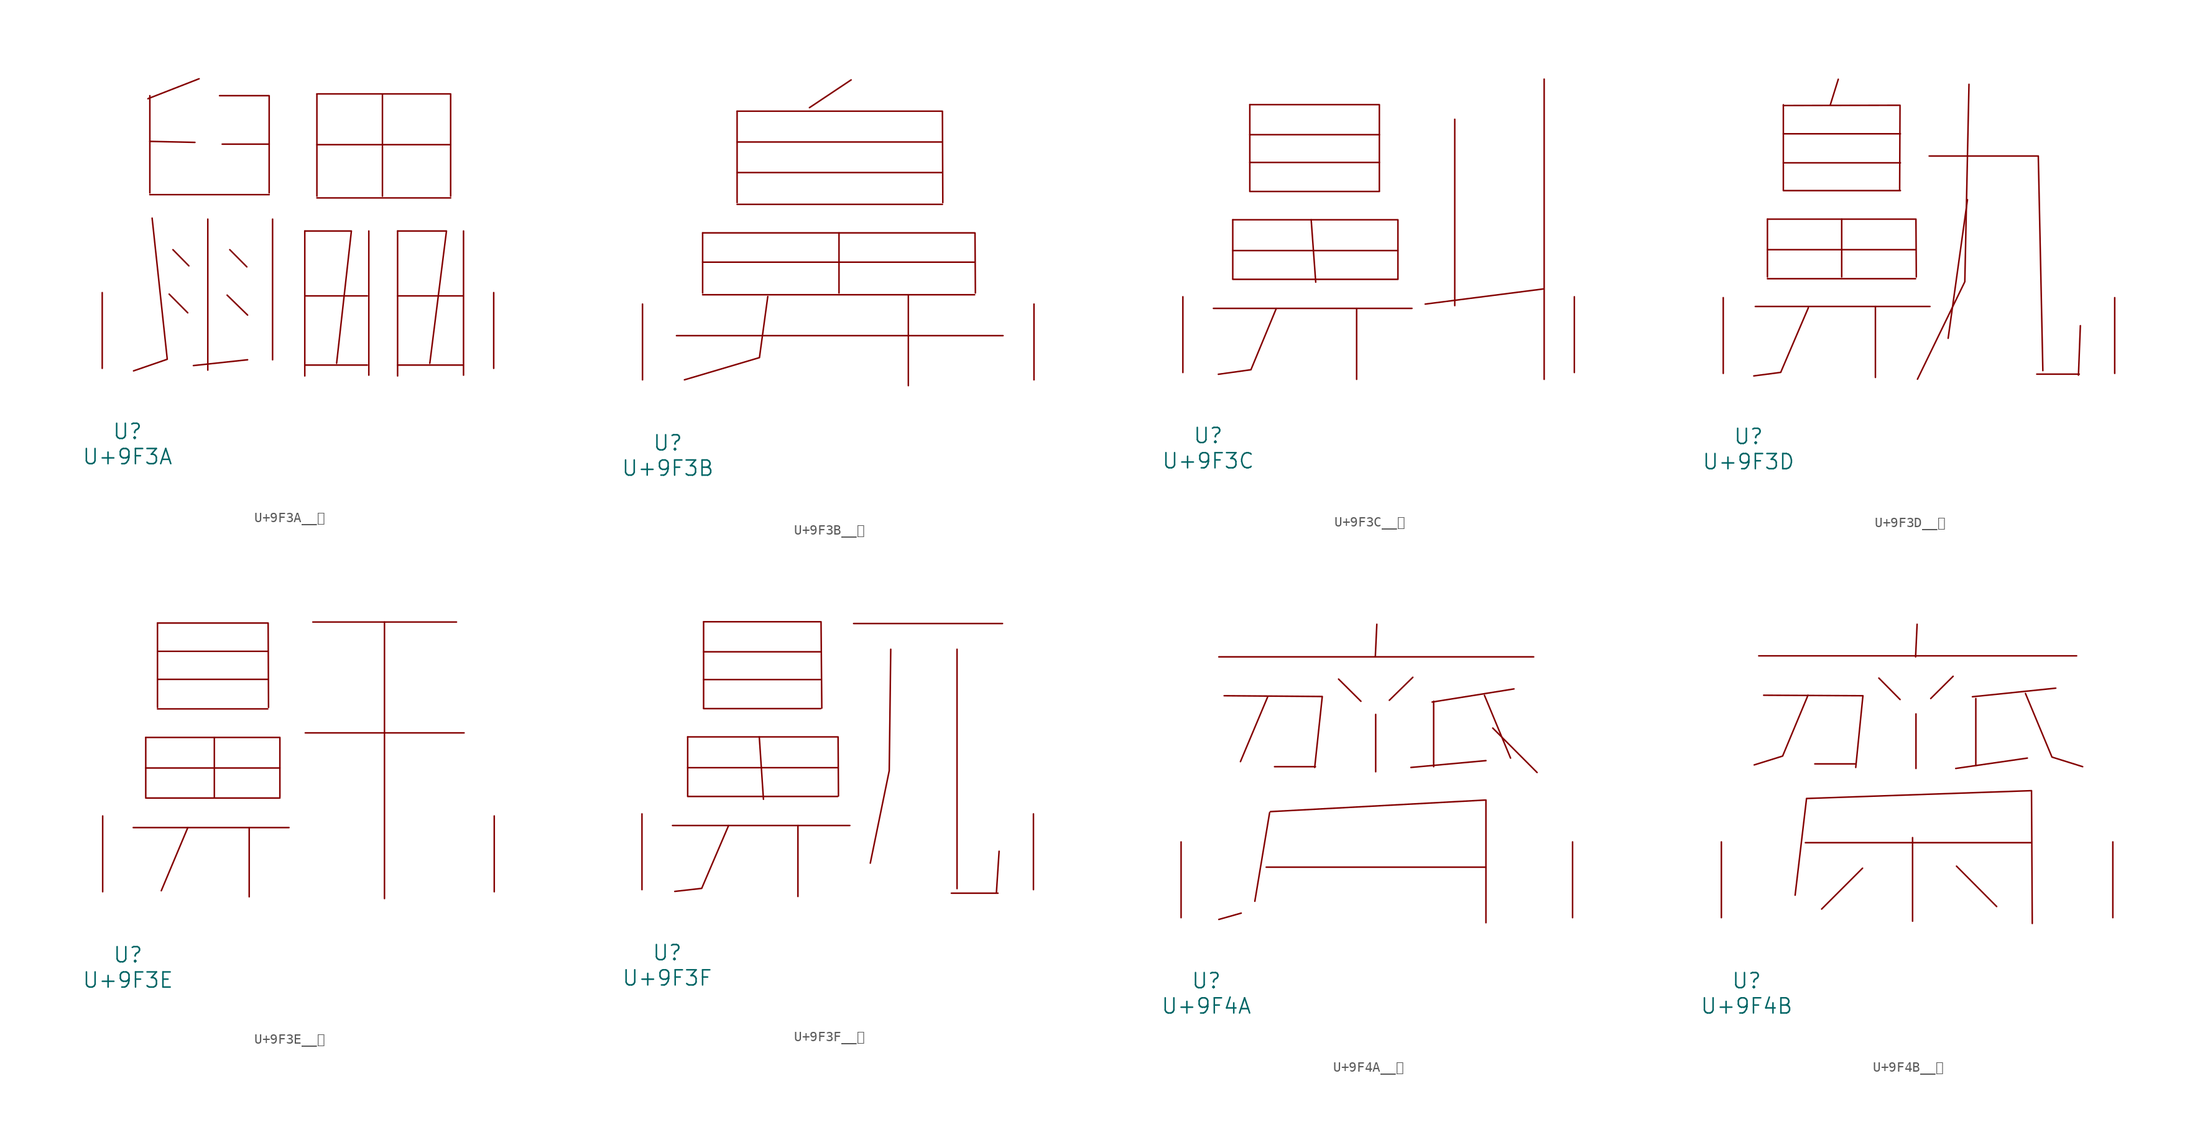
<source format=kicad_sym>
(kicad_symbol_lib
  (version 20231120)
  (generator "kicad_symbol_editor")
  (generator_version "8.0")
  (symbol "U+9F3A__鼺"
    (pin_names
      (offset 1.016))
    (property "Reference" "U"
      (at 0 -6.35 0)
      (effects (font (size 1.524 1.524))))
    (property "Value" "U+9F3A"
      (at 0 -8.89 0)
      (effects (font (size 1.524 1.524))))
    (symbol "U+9F3A__鼺_0_1"
      (polyline (pts (xy 2.248 17.475) (xy 14.249 17.475)) (stroke (width 0) (type solid)) (fill (type none)))
      (polyline (pts (xy 2.248 22.835) (xy 6.782 22.733)) (stroke (width 0) (type solid)) (fill (type none)))
      (polyline (pts (xy 2.248 27.432) (xy 2.248 17.653)) (stroke (width 0) (type solid)) (fill (type none)))
      (polyline (pts (xy 4.191 7.468) (xy 6.058 5.588)) (stroke (width 0) (type solid)) (fill (type none)))
      (polyline (pts (xy 4.572 11.938) (xy 6.172 10.312)) (stroke (width 0) (type solid)) (fill (type none)))
      (polyline (pts (xy 7.201 29.134) (xy 2.057 27.127)) (stroke (width 0) (type solid)) (fill (type none)))
      (polyline (pts (xy 8.077 15.011) (xy 8.077 -0.178)) (stroke (width 0) (type solid)) (fill (type none)))
      (polyline (pts (xy 9.525 22.555) (xy 14.249 22.555)) (stroke (width 0) (type solid)) (fill (type none)))
      (polyline (pts (xy 10.02 7.366) (xy 12.078 5.359)) (stroke (width 0) (type solid)) (fill (type none)))
      (polyline (pts (xy 10.287 11.938) (xy 12.002 10.211)) (stroke (width 0) (type solid)) (fill (type none)))
      (polyline (pts (xy 12.078 0.864) (xy 6.629 0.279)) (stroke (width 0) (type solid)) (fill (type none)))
      (polyline (pts (xy 14.592 15.011) (xy 14.592 0.864)) (stroke (width 0) (type solid)) (fill (type none)))
      (polyline (pts (xy 17.831 0.33) (xy 24.117 0.33)) (stroke (width 0) (type solid)) (fill (type none)))
      (polyline (pts (xy 17.831 7.29) (xy 24.117 7.29)) (stroke (width 0) (type solid)) (fill (type none)))
      (polyline (pts (xy 17.831 13.818) (xy 17.831 -0.762)) (stroke (width 0) (type solid)) (fill (type none)))
      (polyline (pts (xy 19.05 17.145) (xy 32.499 17.145)) (stroke (width 0) (type solid)) (fill (type none)))
      (polyline (pts (xy 19.05 22.504) (xy 32.499 22.504)) (stroke (width 0) (type solid)) (fill (type none)))
      (polyline (pts (xy 19.05 27.61) (xy 19.05 17.323)) (stroke (width 0) (type solid)) (fill (type none)))
      (polyline (pts (xy 24.27 13.818) (xy 24.27 -0.686)) (stroke (width 0) (type solid)) (fill (type none)))
      (polyline (pts (xy 25.641 27.61) (xy 25.641 17.323)) (stroke (width 0) (type solid)) (fill (type none)))
      (polyline (pts (xy 27.165 0.33) (xy 33.718 0.33)) (stroke (width 0) (type solid)) (fill (type none)))
      (polyline (pts (xy 27.165 7.29) (xy 33.718 7.29)) (stroke (width 0) (type solid)) (fill (type none)))
      (polyline (pts (xy 27.165 13.818) (xy 27.165 -0.762)) (stroke (width 0) (type solid)) (fill (type none)))
      (polyline (pts (xy 33.795 13.818) (xy 33.795 -0.686)) (stroke (width 0) (type solid)) (fill (type none)))
      (polyline (pts (xy 2.477 15.113) (xy 4 0.914) (xy 0.61 -0.254)) (stroke (width 0) (type solid)) (fill (type none)))
      (polyline (pts (xy 9.258 27.432) (xy 14.249 27.432) (xy 14.249 17.653)) (stroke (width 0) (type solid)) (fill (type none)))
      (polyline (pts (xy 17.831 13.818) (xy 22.517 13.818) (xy 21.031 0.508)) (stroke (width 0) (type solid)) (fill (type none)))
      (polyline (pts (xy 19.05 27.61) (xy 32.499 27.61) (xy 32.499 17.323)) (stroke (width 0) (type solid)) (fill (type none)))
      (polyline (pts (xy 27.165 13.818) (xy 32.08 13.818) (xy 30.404 0.508)) (stroke (width 0) (type solid)) (fill (type none)))
      (pin input line (at -2.54 0 90) (length 7.62) (name "~" (effects (font (size 1.27 1.27)))) (number "~" (effects (font (size 1.27 1.27)))))
      (pin input line (at 36.83 0 90) (length 7.62) (name "~" (effects (font (size 1.27 1.27)))) (number "~" (effects (font (size 1.27 1.27)))))))
  (symbol "U+9F3B__鼻"
    (pin_names
      (offset 1.016))
    (property "Reference" "U"
      (at 0 -6.35 0)
      (effects (font (size 1.524 1.524))))
    (property "Value" "U+9F3B"
      (at 0 -8.89 0)
      (effects (font (size 1.524 1.524))))
    (symbol "U+9F3B__鼻_0_1"
      (polyline (pts (xy 0.876 4.445) (xy 33.718 4.445)) (stroke (width 0) (type solid)) (fill (type none)))
      (polyline (pts (xy 3.505 8.56) (xy 30.861 8.56)) (stroke (width 0) (type solid)) (fill (type none)))
      (polyline (pts (xy 3.505 11.836) (xy 30.861 11.836)) (stroke (width 0) (type solid)) (fill (type none)))
      (polyline (pts (xy 3.505 14.783) (xy 3.505 8.738)) (stroke (width 0) (type solid)) (fill (type none)))
      (polyline (pts (xy 6.972 17.653) (xy 27.622 17.653)) (stroke (width 0) (type solid)) (fill (type none)))
      (polyline (pts (xy 6.972 20.853) (xy 27.622 20.853)) (stroke (width 0) (type solid)) (fill (type none)))
      (polyline (pts (xy 6.972 23.927) (xy 27.622 23.927)) (stroke (width 0) (type solid)) (fill (type none)))
      (polyline (pts (xy 6.972 27.026) (xy 6.972 17.831)) (stroke (width 0) (type solid)) (fill (type none)))
      (polyline (pts (xy 17.221 14.783) (xy 17.221 8.738)) (stroke (width 0) (type solid)) (fill (type none)))
      (polyline (pts (xy 18.44 30.175) (xy 14.249 27.381)) (stroke (width 0) (type solid)) (fill (type none)))
      (polyline (pts (xy 24.194 8.56) (xy 24.194 -0.584)) (stroke (width 0) (type solid)) (fill (type none)))
      (polyline (pts (xy 3.505 14.783) (xy 30.899 14.783) (xy 30.937 8.738)) (stroke (width 0) (type solid)) (fill (type none)))
      (polyline (pts (xy 6.972 27.026) (xy 27.622 27.026) (xy 27.661 17.831)) (stroke (width 0) (type solid)) (fill (type none)))
      (polyline (pts (xy 10.058 8.382) (xy 9.22 2.235) (xy 1.676 0)) (stroke (width 0) (type solid)) (fill (type none)))
      (pin input line (at -2.54 0 90) (length 7.62) (name "~" (effects (font (size 1.27 1.27)))) (number "~" (effects (font (size 1.27 1.27)))))
      (pin input line (at 36.83 0 90) (length 7.62) (name "~" (effects (font (size 1.27 1.27)))) (number "~" (effects (font (size 1.27 1.27)))))))
  (symbol "U+9F3C__鼼"
    (pin_names
      (offset 1.016))
    (property "Reference" "U"
      (at 0 -6.35 0)
      (effects (font (size 1.524 1.524))))
    (property "Value" "U+9F3C"
      (at 0 -8.89 0)
      (effects (font (size 1.524 1.524))))
    (symbol "U+9F3C__鼼_0_1"
      (polyline (pts (xy 0.533 6.452) (xy 20.498 6.452)) (stroke (width 0) (type solid)) (fill (type none)))
      (polyline (pts (xy 2.477 9.373) (xy 19.088 9.373)) (stroke (width 0) (type solid)) (fill (type none)))
      (polyline (pts (xy 2.477 12.268) (xy 19.088 12.268)) (stroke (width 0) (type solid)) (fill (type none)))
      (polyline (pts (xy 2.477 15.367) (xy 2.477 9.423)) (stroke (width 0) (type solid)) (fill (type none)))
      (polyline (pts (xy 4.191 18.212) (xy 17.221 18.212)) (stroke (width 0) (type solid)) (fill (type none)))
      (polyline (pts (xy 4.191 21.133) (xy 17.221 21.133)) (stroke (width 0) (type solid)) (fill (type none)))
      (polyline (pts (xy 4.191 23.927) (xy 17.221 23.927)) (stroke (width 0) (type solid)) (fill (type none)))
      (polyline (pts (xy 4.191 26.949) (xy 4.191 18.263)) (stroke (width 0) (type solid)) (fill (type none)))
      (polyline (pts (xy 10.363 15.367) (xy 10.82 9.093)) (stroke (width 0) (type solid)) (fill (type none)))
      (polyline (pts (xy 14.935 6.452) (xy 14.935 -0.686)) (stroke (width 0) (type solid)) (fill (type none)))
      (polyline (pts (xy 24.803 25.476) (xy 24.803 6.731)) (stroke (width 0) (type solid)) (fill (type none)))
      (polyline (pts (xy 33.718 8.407) (xy 21.831 6.883)) (stroke (width 0) (type solid)) (fill (type none)))
      (polyline (pts (xy 33.795 29.515) (xy 33.795 -0.686)) (stroke (width 0) (type solid)) (fill (type none)))
      (polyline (pts (xy 2.477 15.367) (xy 19.088 15.367) (xy 19.088 9.423)) (stroke (width 0) (type solid)) (fill (type none)))
      (polyline (pts (xy 4.191 26.949) (xy 17.221 26.949) (xy 17.221 18.263)) (stroke (width 0) (type solid)) (fill (type none)))
      (polyline (pts (xy 6.858 6.452) (xy 4.305 0.279) (xy 1.029 -0.178)) (stroke (width 0) (type solid)) (fill (type none)))
      (pin input line (at -2.54 0 90) (length 7.62) (name "~" (effects (font (size 1.27 1.27)))) (number "~" (effects (font (size 1.27 1.27)))))
      (pin input line (at 36.83 0 90) (length 7.62) (name "~" (effects (font (size 1.27 1.27)))) (number "~" (effects (font (size 1.27 1.27)))))))
  (symbol "U+9F3D__鼽"
    (pin_names
      (offset 1.016))
    (property "Reference" "U"
      (at 0 -6.35 0)
      (effects (font (size 1.524 1.524))))
    (property "Value" "U+9F3D"
      (at 0 -8.89 0)
      (effects (font (size 1.524 1.524))))
    (symbol "U+9F3D__鼽_0_1"
      (polyline (pts (xy 0.686 6.731) (xy 18.25 6.731)) (stroke (width 0) (type solid)) (fill (type none)))
      (polyline (pts (xy 1.905 9.525) (xy 16.802 9.525)) (stroke (width 0) (type solid)) (fill (type none)))
      (polyline (pts (xy 1.905 12.446) (xy 16.802 12.446)) (stroke (width 0) (type solid)) (fill (type none)))
      (polyline (pts (xy 1.905 15.519) (xy 1.905 9.703)) (stroke (width 0) (type solid)) (fill (type none)))
      (polyline (pts (xy 3.505 18.39) (xy 15.278 18.39)) (stroke (width 0) (type solid)) (fill (type none)))
      (polyline (pts (xy 3.505 21.184) (xy 15.278 21.184)) (stroke (width 0) (type solid)) (fill (type none)))
      (polyline (pts (xy 3.505 24.105) (xy 15.278 24.105)) (stroke (width 0) (type solid)) (fill (type none)))
      (polyline (pts (xy 3.505 27.026) (xy 3.505 18.44)) (stroke (width 0) (type solid)) (fill (type none)))
      (polyline (pts (xy 9.03 29.591) (xy 8.23 27.026)) (stroke (width 0) (type solid)) (fill (type none)))
      (polyline (pts (xy 9.373 15.519) (xy 9.373 9.703)) (stroke (width 0) (type solid)) (fill (type none)))
      (polyline (pts (xy 12.764 6.731) (xy 12.764 -0.406)) (stroke (width 0) (type solid)) (fill (type none)))
      (polyline (pts (xy 22.022 17.475) (xy 20.079 3.531)) (stroke (width 0) (type solid)) (fill (type none)))
      (polyline (pts (xy 28.994 -0.076) (xy 33.261 -0.076)) (stroke (width 0) (type solid)) (fill (type none)))
      (polyline (pts (xy 33.376 4.801) (xy 33.185 -0.178)) (stroke (width 0) (type solid)) (fill (type none)))
      (polyline (pts (xy 1.905 15.519) (xy 16.84 15.519) (xy 16.878 9.703)) (stroke (width 0) (type solid)) (fill (type none)))
      (polyline (pts (xy 3.505 26.949) (xy 15.24 26.975) (xy 15.202 18.44)) (stroke (width 0) (type solid)) (fill (type none)))
      (polyline (pts (xy 6.02 6.604) (xy 3.239 0.102) (xy 0.533 -0.254)) (stroke (width 0) (type solid)) (fill (type none)))
      (polyline (pts (xy 18.174 21.869) (xy 29.146 21.869) (xy 29.604 0.279)) (stroke (width 0) (type solid)) (fill (type none)))
      (polyline (pts (xy 22.174 29.083) (xy 21.755 9.22) (xy 16.993 -0.584)) (stroke (width 0) (type solid)) (fill (type none)))
      (pin input line (at -2.54 0 90) (length 7.62) (name "~" (effects (font (size 1.27 1.27)))) (number "~" (effects (font (size 1.27 1.27)))))
      (pin input line (at 36.83 0 90) (length 7.62) (name "~" (effects (font (size 1.27 1.27)))) (number "~" (effects (font (size 1.27 1.27)))))))
  (symbol "U+9F3E__鼾"
    (pin_names
      (offset 1.016))
    (property "Reference" "U"
      (at 0 -6.35 0)
      (effects (font (size 1.524 1.524))))
    (property "Value" "U+9F3E"
      (at 0 -8.89 0)
      (effects (font (size 1.524 1.524))))
    (symbol "U+9F3E__鼾_0_1"
      (polyline (pts (xy 0.533 6.452) (xy 16.192 6.452)) (stroke (width 0) (type solid)) (fill (type none)))
      (polyline (pts (xy 1.791 9.423) (xy 15.278 9.423)) (stroke (width 0) (type solid)) (fill (type none)))
      (polyline (pts (xy 1.791 12.446) (xy 15.278 12.446)) (stroke (width 0) (type solid)) (fill (type none)))
      (polyline (pts (xy 1.791 15.519) (xy 1.791 9.525)) (stroke (width 0) (type solid)) (fill (type none)))
      (polyline (pts (xy 2.972 18.39) (xy 14.059 18.39)) (stroke (width 0) (type solid)) (fill (type none)))
      (polyline (pts (xy 2.972 21.361) (xy 14.059 21.361)) (stroke (width 0) (type solid)) (fill (type none)))
      (polyline (pts (xy 2.972 24.181) (xy 14.059 24.181)) (stroke (width 0) (type solid)) (fill (type none)))
      (polyline (pts (xy 2.972 27.026) (xy 2.972 18.542)) (stroke (width 0) (type solid)) (fill (type none)))
      (polyline (pts (xy 6.02 6.452) (xy 3.353 0.102)) (stroke (width 0) (type solid)) (fill (type none)))
      (polyline (pts (xy 8.687 15.519) (xy 8.687 9.525)) (stroke (width 0) (type solid)) (fill (type none)))
      (polyline (pts (xy 12.192 6.452) (xy 12.192 -0.508)) (stroke (width 0) (type solid)) (fill (type none)))
      (polyline (pts (xy 17.831 15.977) (xy 33.795 15.977)) (stroke (width 0) (type solid)) (fill (type none)))
      (polyline (pts (xy 18.593 27.127) (xy 33.033 27.127)) (stroke (width 0) (type solid)) (fill (type none)))
      (polyline (pts (xy 25.794 27.127) (xy 25.794 -0.686)) (stroke (width 0) (type solid)) (fill (type none)))
      (polyline (pts (xy 1.791 15.519) (xy 15.278 15.519) (xy 15.278 9.525)) (stroke (width 0) (type solid)) (fill (type none)))
      (polyline (pts (xy 2.972 27.026) (xy 14.097 27.026) (xy 14.135 18.542)) (stroke (width 0) (type solid)) (fill (type none)))
      (pin input line (at -2.54 0 90) (length 7.62) (name "~" (effects (font (size 1.27 1.27)))) (number "~" (effects (font (size 1.27 1.27)))))
      (pin input line (at 36.83 0 90) (length 7.62) (name "~" (effects (font (size 1.27 1.27)))) (number "~" (effects (font (size 1.27 1.27)))))))
  (symbol "U+9F3F__鼿"
    (pin_names
      (offset 1.016))
    (property "Reference" "U"
      (at 0 -6.35 0)
      (effects (font (size 1.524 1.524))))
    (property "Value" "U+9F3F"
      (at 0 -8.89 0)
      (effects (font (size 1.524 1.524))))
    (symbol "U+9F3F__鼿_0_1"
      (polyline (pts (xy 0.533 6.452) (xy 18.364 6.452)) (stroke (width 0) (type solid)) (fill (type none)))
      (polyline (pts (xy 2.057 9.373) (xy 17.145 9.373)) (stroke (width 0) (type solid)) (fill (type none)))
      (polyline (pts (xy 2.057 12.268) (xy 17.145 12.268)) (stroke (width 0) (type solid)) (fill (type none)))
      (polyline (pts (xy 2.057 15.367) (xy 2.057 9.423)) (stroke (width 0) (type solid)) (fill (type none)))
      (polyline (pts (xy 3.658 18.212) (xy 15.431 18.212)) (stroke (width 0) (type solid)) (fill (type none)))
      (polyline (pts (xy 3.658 21.133) (xy 15.431 21.133)) (stroke (width 0) (type solid)) (fill (type none)))
      (polyline (pts (xy 3.658 23.927) (xy 15.431 23.927)) (stroke (width 0) (type solid)) (fill (type none)))
      (polyline (pts (xy 3.658 26.949) (xy 3.658 18.263)) (stroke (width 0) (type solid)) (fill (type none)))
      (polyline (pts (xy 9.258 15.367) (xy 9.677 9.093)) (stroke (width 0) (type solid)) (fill (type none)))
      (polyline (pts (xy 13.145 6.452) (xy 13.145 -0.686)) (stroke (width 0) (type solid)) (fill (type none)))
      (polyline (pts (xy 18.745 26.772) (xy 33.718 26.772)) (stroke (width 0) (type solid)) (fill (type none)))
      (polyline (pts (xy 28.575 -0.356) (xy 33.261 -0.356)) (stroke (width 0) (type solid)) (fill (type none)))
      (polyline (pts (xy 29.146 24.181) (xy 29.146 0.102)) (stroke (width 0) (type solid)) (fill (type none)))
      (polyline (pts (xy 33.376 3.861) (xy 33.109 -0.254)) (stroke (width 0) (type solid)) (fill (type none)))
      (polyline (pts (xy 2.057 15.367) (xy 17.183 15.367) (xy 17.221 9.423)) (stroke (width 0) (type solid)) (fill (type none)))
      (polyline (pts (xy 3.658 26.949) (xy 15.469 26.949) (xy 15.545 18.263)) (stroke (width 0) (type solid)) (fill (type none)))
      (polyline (pts (xy 6.172 6.452) (xy 3.467 0.127) (xy 0.762 -0.178)) (stroke (width 0) (type solid)) (fill (type none)))
      (polyline (pts (xy 22.479 24.181) (xy 22.327 11.963) (xy 20.422 2.667)) (stroke (width 0) (type solid)) (fill (type none)))
      (pin input line (at -2.54 0 90) (length 7.62) (name "~" (effects (font (size 1.27 1.27)))) (number "~" (effects (font (size 1.27 1.27)))))
      (pin input line (at 36.83 0 90) (length 7.62) (name "~" (effects (font (size 1.27 1.27)))) (number "~" (effects (font (size 1.27 1.27)))))))
  (symbol "U+9F4A__齊"
    (pin_names
      (offset 1.016))
    (property "Reference" "U"
      (at 0 -6.35 0)
      (effects (font (size 1.524 1.524))))
    (property "Value" "U+9F4A"
      (at 0 -8.89 0)
      (effects (font (size 1.524 1.524))))
    (symbol "U+9F4A__齊_0_1"
      (polyline (pts (xy 1.257 26.238) (xy 32.918 26.238)) (stroke (width 0) (type solid)) (fill (type none)))
      (polyline (pts (xy 3.505 0.457) (xy 1.257 -0.178)) (stroke (width 0) (type solid)) (fill (type none)))
      (polyline (pts (xy 6.02 5.08) (xy 28.118 5.08)) (stroke (width 0) (type solid)) (fill (type none)))
      (polyline (pts (xy 6.172 22.225) (xy 3.429 15.697)) (stroke (width 0) (type solid)) (fill (type none)))
      (polyline (pts (xy 6.363 10.566) (xy 4.877 1.651)) (stroke (width 0) (type solid)) (fill (type none)))
      (polyline (pts (xy 10.973 15.189) (xy 6.858 15.189)) (stroke (width 0) (type solid)) (fill (type none)))
      (polyline (pts (xy 13.297 24.003) (xy 15.545 21.768)) (stroke (width 0) (type solid)) (fill (type none)))
      (polyline (pts (xy 17.031 20.447) (xy 17.031 14.681)) (stroke (width 0) (type solid)) (fill (type none)))
      (polyline (pts (xy 17.145 29.515) (xy 16.993 26.238)) (stroke (width 0) (type solid)) (fill (type none)))
      (polyline (pts (xy 20.765 24.181) (xy 18.402 21.869)) (stroke (width 0) (type solid)) (fill (type none)))
      (polyline (pts (xy 22.86 21.768) (xy 22.86 15.189)) (stroke (width 0) (type solid)) (fill (type none)))
      (polyline (pts (xy 27.965 22.377) (xy 30.594 16.053)) (stroke (width 0) (type solid)) (fill (type none)))
      (polyline (pts (xy 28.118 15.799) (xy 20.574 15.113)) (stroke (width 0) (type solid)) (fill (type none)))
      (polyline (pts (xy 28.804 19.075) (xy 33.261 14.605)) (stroke (width 0) (type solid)) (fill (type none)))
      (polyline (pts (xy 30.937 23.012) (xy 22.708 21.692)) (stroke (width 0) (type solid)) (fill (type none)))
      (polyline (pts (xy 1.791 22.327) (xy 11.659 22.25) (xy 10.897 15.113)) (stroke (width 0) (type solid)) (fill (type none)))
      (polyline (pts (xy 6.439 10.668) (xy 28.118 11.836) (xy 28.118 -0.508)) (stroke (width 0) (type solid)) (fill (type none)))
      (pin input line (at -2.54 0 90) (length 7.62) (name "~" (effects (font (size 1.27 1.27)))) (number "~" (effects (font (size 1.27 1.27)))))
      (pin input line (at 36.83 0 90) (length 7.62) (name "~" (effects (font (size 1.27 1.27)))) (number "~" (effects (font (size 1.27 1.27)))))))
  (symbol "U+9F4B__齋"
    (pin_names
      (offset 1.016))
    (property "Reference" "U"
      (at 0 -6.35 0)
      (effects (font (size 1.524 1.524))))
    (property "Value" "U+9F4B"
      (at 0 -8.89 0)
      (effects (font (size 1.524 1.524))))
    (symbol "U+9F4B__齋_0_1"
      (polyline (pts (xy 1.219 26.34) (xy 33.185 26.34)) (stroke (width 0) (type solid)) (fill (type none)))
      (polyline (pts (xy 5.905 7.544) (xy 28.651 7.544)) (stroke (width 0) (type solid)) (fill (type none)))
      (polyline (pts (xy 6.02 11.938) (xy 4.877 2.261)) (stroke (width 0) (type solid)) (fill (type none)))
      (polyline (pts (xy 10.973 15.469) (xy 6.858 15.469)) (stroke (width 0) (type solid)) (fill (type none)))
      (polyline (pts (xy 11.659 4.978) (xy 7.544 0.864)) (stroke (width 0) (type solid)) (fill (type none)))
      (polyline (pts (xy 13.297 24.105) (xy 15.431 21.946)) (stroke (width 0) (type solid)) (fill (type none)))
      (polyline (pts (xy 16.688 8.052) (xy 16.688 -0.356)) (stroke (width 0) (type solid)) (fill (type none)))
      (polyline (pts (xy 17.031 20.498) (xy 17.031 15.011)) (stroke (width 0) (type solid)) (fill (type none)))
      (polyline (pts (xy 17.145 29.515) (xy 16.993 26.238)) (stroke (width 0) (type solid)) (fill (type none)))
      (polyline (pts (xy 20.765 24.282) (xy 18.517 22.047)) (stroke (width 0) (type solid)) (fill (type none)))
      (polyline (pts (xy 21.107 5.182) (xy 25.146 1.118)) (stroke (width 0) (type solid)) (fill (type none)))
      (polyline (pts (xy 23.05 22.047) (xy 23.05 15.291)) (stroke (width 0) (type solid)) (fill (type none)))
      (polyline (pts (xy 28.232 16.053) (xy 21.031 15.011)) (stroke (width 0) (type solid)) (fill (type none)))
      (polyline (pts (xy 31.09 23.089) (xy 22.708 22.225)) (stroke (width 0) (type solid)) (fill (type none)))
      (polyline (pts (xy 1.714 22.377) (xy 11.697 22.327) (xy 10.973 15.113)) (stroke (width 0) (type solid)) (fill (type none)))
      (polyline (pts (xy 6.02 11.989) (xy 28.651 12.776) (xy 28.727 -0.584)) (stroke (width 0) (type solid)) (fill (type none)))
      (polyline (pts (xy 6.172 22.377) (xy 3.619 16.256) (xy 0.762 15.367)) (stroke (width 0) (type solid)) (fill (type none)))
      (polyline (pts (xy 28.042 22.555) (xy 30.709 16.154) (xy 33.795 15.189)) (stroke (width 0) (type solid)) (fill (type none)))
      (pin input line (at -2.54 0 90) (length 7.62) (name "~" (effects (font (size 1.27 1.27)))) (number "~" (effects (font (size 1.27 1.27)))))
      (pin input line (at 36.83 0 90) (length 7.62) (name "~" (effects (font (size 1.27 1.27)))) (number "~" (effects (font (size 1.27 1.27))))))))
</source>
